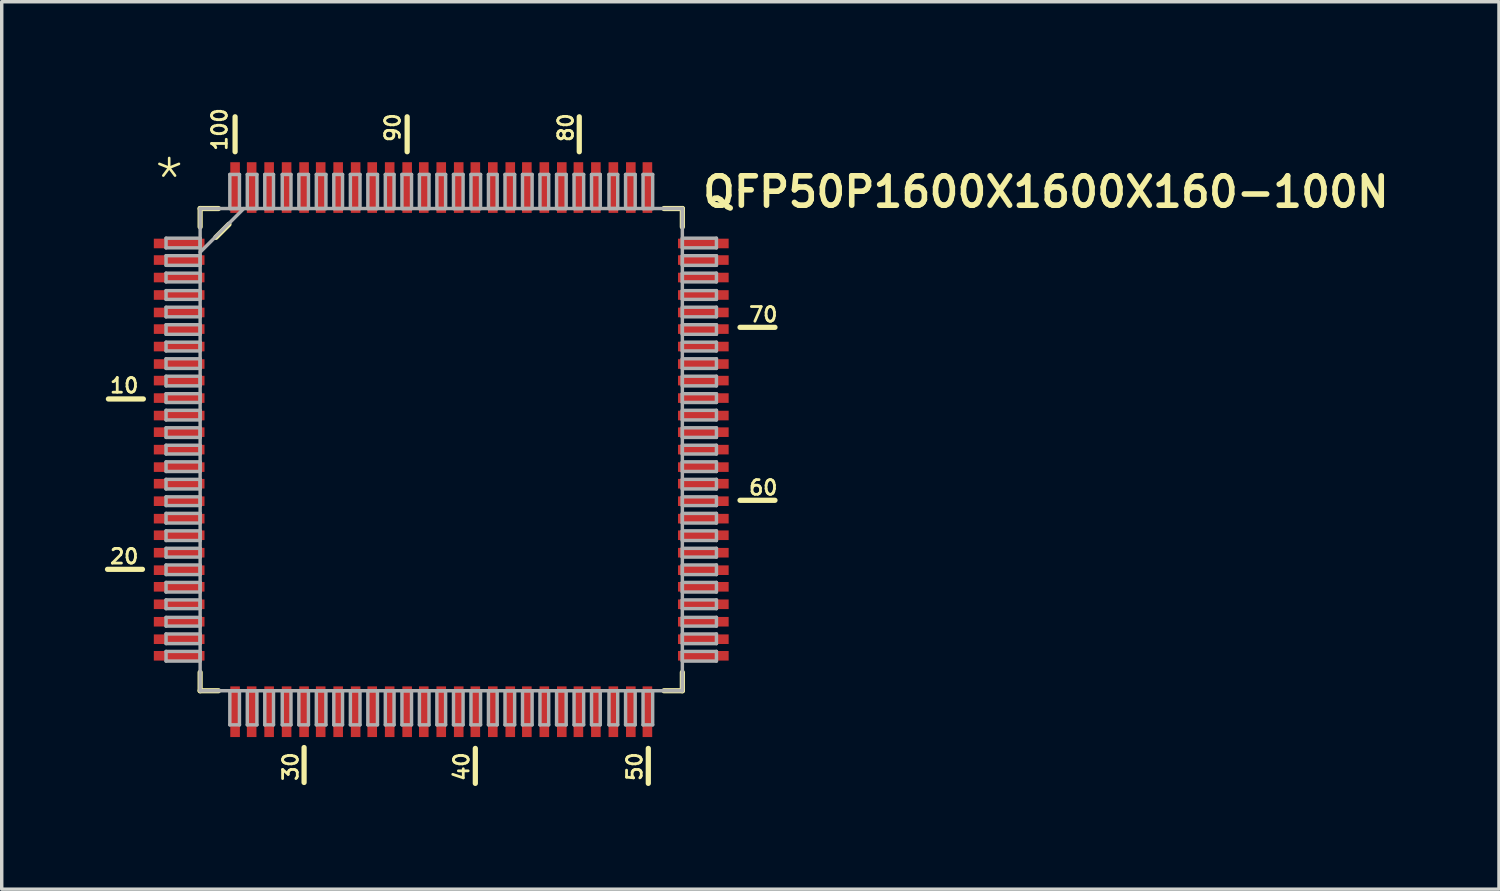
<source format=kicad_pcb>
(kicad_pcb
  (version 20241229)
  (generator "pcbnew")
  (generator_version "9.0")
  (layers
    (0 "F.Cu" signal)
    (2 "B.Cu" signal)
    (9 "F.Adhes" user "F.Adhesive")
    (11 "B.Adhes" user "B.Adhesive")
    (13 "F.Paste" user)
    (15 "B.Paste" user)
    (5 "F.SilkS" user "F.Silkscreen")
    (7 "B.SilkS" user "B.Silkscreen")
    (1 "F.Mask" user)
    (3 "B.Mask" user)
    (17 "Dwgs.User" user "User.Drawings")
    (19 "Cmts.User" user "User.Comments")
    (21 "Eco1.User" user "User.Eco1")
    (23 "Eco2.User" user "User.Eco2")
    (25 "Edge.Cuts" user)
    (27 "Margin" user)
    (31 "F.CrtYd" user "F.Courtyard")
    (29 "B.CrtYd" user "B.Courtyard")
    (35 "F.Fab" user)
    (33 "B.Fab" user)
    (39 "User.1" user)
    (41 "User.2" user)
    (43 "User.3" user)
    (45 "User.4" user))
  (footprint "QFP50P1600X1600X160-100N"
    (layer "F.Cu")
    (at 9.779 10.023)
    (property "Reference" "QFP50P1600X1600X160-100N" (at 7.522 -6.995 0) (layer "F.SilkS") (effects (font (size 0.853 0.853) (thickness 0.163)) (justify left bottom)))
    (fp_line (start -8.687 3.48) (end -9.703 3.48) (stroke (width 0.152) (type solid)) (layer "F.SilkS"))
    (fp_line (start -8.661 -1.473) (end -9.677 -1.473) (stroke (width 0.152) (type solid)) (layer "F.SilkS"))
    (fp_line (start -7.01 -7.01) (end -7.01 -6.477) (stroke (width 0.152) (type solid)) (layer "F.SilkS"))
    (fp_line (start -7.01 6.477) (end -7.01 7.01) (stroke (width 0.152) (type solid)) (layer "F.SilkS"))
    (fp_line (start -7.01 7.01) (end -6.477 7.01) (stroke (width 0.152) (type solid)) (layer "F.SilkS"))
    (fp_line (start -6.553 -6.172) (end -6.172 -6.553) (stroke (width 0.152) (type solid)) (layer "F.SilkS"))
    (fp_line (start -6.477 -7.01) (end -7.01 -7.01) (stroke (width 0.152) (type solid)) (layer "F.SilkS"))
    (fp_line (start -5.994 -8.661) (end -5.994 -9.677) (stroke (width 0.152) (type solid)) (layer "F.SilkS"))
    (fp_line (start -3.988 8.661) (end -3.988 9.677) (stroke (width 0.152) (type solid)) (layer "F.SilkS"))
    (fp_line (start -0.991 -8.661) (end -0.991 -9.677) (stroke (width 0.152) (type solid)) (layer "F.SilkS"))
    (fp_line (start 0.991 8.687) (end 0.991 9.703) (stroke (width 0.152) (type solid)) (layer "F.SilkS"))
    (fp_line (start 4.013 -8.661) (end 4.013 -9.677) (stroke (width 0.152) (type solid)) (layer "F.SilkS"))
    (fp_line (start 6.02 8.687) (end 6.02 9.703) (stroke (width 0.152) (type solid)) (layer "F.SilkS"))
    (fp_line (start 6.477 7.01) (end 7.01 7.01) (stroke (width 0.152) (type solid)) (layer "F.SilkS"))
    (fp_line (start 7.01 -7.01) (end 6.477 -7.01) (stroke (width 0.152) (type solid)) (layer "F.SilkS"))
    (fp_line (start 7.01 -6.477) (end 7.01 -7.01) (stroke (width 0.152) (type solid)) (layer "F.SilkS"))
    (fp_line (start 7.01 7.01) (end 7.01 6.477) (stroke (width 0.152) (type solid)) (layer "F.SilkS"))
    (fp_line (start 8.687 -3.556) (end 9.703 -3.556) (stroke (width 0.152) (type solid)) (layer "F.SilkS"))
    (fp_line (start 8.687 1.473) (end 9.703 1.473) (stroke (width 0.152) (type solid)) (layer "F.SilkS"))
    (fp_line (start -8.001 -6.147) (end -8.001 -5.867) (stroke (width 0.1) (type solid)) (layer "F.Fab"))
    (fp_line (start -8.001 -5.867) (end -7.01 -5.867) (stroke (width 0.1) (type solid)) (layer "F.Fab"))
    (fp_line (start -8.001 -5.639) (end -8.001 -5.359) (stroke (width 0.1) (type solid)) (layer "F.Fab"))
    (fp_line (start -8.001 -5.359) (end -7.01 -5.359) (stroke (width 0.1) (type solid)) (layer "F.Fab"))
    (fp_line (start -8.001 -5.131) (end -8.001 -4.877) (stroke (width 0.1) (type solid)) (layer "F.Fab"))
    (fp_line (start -8.001 -4.877) (end -7.01 -4.877) (stroke (width 0.1) (type solid)) (layer "F.Fab"))
    (fp_line (start -8.001 -4.623) (end -8.001 -4.369) (stroke (width 0.1) (type solid)) (layer "F.Fab"))
    (fp_line (start -8.001 -4.369) (end -7.01 -4.369) (stroke (width 0.1) (type solid)) (layer "F.Fab"))
    (fp_line (start -8.001 -4.14) (end -8.001 -3.861) (stroke (width 0.1) (type solid)) (layer "F.Fab"))
    (fp_line (start -8.001 -3.861) (end -7.01 -3.861) (stroke (width 0.1) (type solid)) (layer "F.Fab"))
    (fp_line (start -8.001 -3.632) (end -8.001 -3.353) (stroke (width 0.1) (type solid)) (layer "F.Fab"))
    (fp_line (start -8.001 -3.353) (end -7.01 -3.353) (stroke (width 0.1) (type solid)) (layer "F.Fab"))
    (fp_line (start -8.001 -3.124) (end -8.001 -2.87) (stroke (width 0.1) (type solid)) (layer "F.Fab"))
    (fp_line (start -8.001 -2.87) (end -7.01 -2.87) (stroke (width 0.1) (type solid)) (layer "F.Fab"))
    (fp_line (start -8.001 -2.642) (end -8.001 -2.362) (stroke (width 0.1) (type solid)) (layer "F.Fab"))
    (fp_line (start -8.001 -2.362) (end -7.01 -2.362) (stroke (width 0.1) (type solid)) (layer "F.Fab"))
    (fp_line (start -8.001 -2.134) (end -8.001 -1.854) (stroke (width 0.1) (type solid)) (layer "F.Fab"))
    (fp_line (start -8.001 -1.854) (end -7.01 -1.854) (stroke (width 0.1) (type solid)) (layer "F.Fab"))
    (fp_line (start -8.001 -1.626) (end -8.001 -1.372) (stroke (width 0.1) (type solid)) (layer "F.Fab"))
    (fp_line (start -8.001 -1.372) (end -7.01 -1.372) (stroke (width 0.1) (type solid)) (layer "F.Fab"))
    (fp_line (start -8.001 -1.143) (end -8.001 -0.864) (stroke (width 0.1) (type solid)) (layer "F.Fab"))
    (fp_line (start -8.001 -0.864) (end -7.01 -0.864) (stroke (width 0.1) (type solid)) (layer "F.Fab"))
    (fp_line (start -8.001 -0.635) (end -8.001 -0.356) (stroke (width 0.1) (type solid)) (layer "F.Fab"))
    (fp_line (start -8.001 -0.356) (end -7.01 -0.356) (stroke (width 0.1) (type solid)) (layer "F.Fab"))
    (fp_line (start -8.001 -0.127) (end -8.001 0.127) (stroke (width 0.1) (type solid)) (layer "F.Fab"))
    (fp_line (start -8.001 0.127) (end -7.01 0.127) (stroke (width 0.1) (type solid)) (layer "F.Fab"))
    (fp_line (start -8.001 0.356) (end -8.001 0.635) (stroke (width 0.1) (type solid)) (layer "F.Fab"))
    (fp_line (start -8.001 0.635) (end -7.01 0.635) (stroke (width 0.1) (type solid)) (layer "F.Fab"))
    (fp_line (start -8.001 0.864) (end -8.001 1.143) (stroke (width 0.1) (type solid)) (layer "F.Fab"))
    (fp_line (start -8.001 1.143) (end -7.01 1.143) (stroke (width 0.1) (type solid)) (layer "F.Fab"))
    (fp_line (start -8.001 1.372) (end -8.001 1.626) (stroke (width 0.1) (type solid)) (layer "F.Fab"))
    (fp_line (start -8.001 1.626) (end -7.01 1.626) (stroke (width 0.1) (type solid)) (layer "F.Fab"))
    (fp_line (start -8.001 1.854) (end -8.001 2.134) (stroke (width 0.1) (type solid)) (layer "F.Fab"))
    (fp_line (start -8.001 2.134) (end -7.01 2.134) (stroke (width 0.1) (type solid)) (layer "F.Fab"))
    (fp_line (start -8.001 2.362) (end -8.001 2.642) (stroke (width 0.1) (type solid)) (layer "F.Fab"))
    (fp_line (start -8.001 2.642) (end -7.01 2.642) (stroke (width 0.1) (type solid)) (layer "F.Fab"))
    (fp_line (start -8.001 2.87) (end -8.001 3.124) (stroke (width 0.1) (type solid)) (layer "F.Fab"))
    (fp_line (start -8.001 3.124) (end -7.01 3.124) (stroke (width 0.1) (type solid)) (layer "F.Fab"))
    (fp_line (start -8.001 3.353) (end -8.001 3.632) (stroke (width 0.1) (type solid)) (layer "F.Fab"))
    (fp_line (start -8.001 3.632) (end -7.01 3.632) (stroke (width 0.1) (type solid)) (layer "F.Fab"))
    (fp_line (start -8.001 3.861) (end -8.001 4.14) (stroke (width 0.1) (type solid)) (layer "F.Fab"))
    (fp_line (start -8.001 4.14) (end -7.01 4.14) (stroke (width 0.1) (type solid)) (layer "F.Fab"))
    (fp_line (start -8.001 4.369) (end -8.001 4.623) (stroke (width 0.1) (type solid)) (layer "F.Fab"))
    (fp_line (start -8.001 4.623) (end -7.01 4.623) (stroke (width 0.1) (type solid)) (layer "F.Fab"))
    (fp_line (start -8.001 4.877) (end -8.001 5.131) (stroke (width 0.1) (type solid)) (layer "F.Fab"))
    (fp_line (start -8.001 5.131) (end -7.01 5.131) (stroke (width 0.1) (type solid)) (layer "F.Fab"))
    (fp_line (start -8.001 5.359) (end -8.001 5.639) (stroke (width 0.1) (type solid)) (layer "F.Fab"))
    (fp_line (start -8.001 5.639) (end -7.01 5.639) (stroke (width 0.1) (type solid)) (layer "F.Fab"))
    (fp_line (start -8.001 5.867) (end -8.001 6.147) (stroke (width 0.1) (type solid)) (layer "F.Fab"))
    (fp_line (start -8.001 6.147) (end -7.01 6.147) (stroke (width 0.1) (type solid)) (layer "F.Fab"))
    (fp_line (start -7.01 -7.01) (end -7.01 7.01) (stroke (width 0.1) (type solid)) (layer "F.Fab"))
    (fp_line (start -7.01 -6.147) (end -8.001 -6.147) (stroke (width 0.1) (type solid)) (layer "F.Fab"))
    (fp_line (start -7.01 -5.867) (end -7.01 -6.147) (stroke (width 0.1) (type solid)) (layer "F.Fab"))
    (fp_line (start -7.01 -5.74) (end -5.74 -7.01) (stroke (width 0.1) (type solid)) (layer "F.Fab"))
    (fp_line (start -7.01 -5.639) (end -8.001 -5.639) (stroke (width 0.1) (type solid)) (layer "F.Fab"))
    (fp_line (start -7.01 -5.359) (end -7.01 -5.639) (stroke (width 0.1) (type solid)) (layer "F.Fab"))
    (fp_line (start -7.01 -5.131) (end -8.001 -5.131) (stroke (width 0.1) (type solid)) (layer "F.Fab"))
    (fp_line (start -7.01 -4.877) (end -7.01 -5.131) (stroke (width 0.1) (type solid)) (layer "F.Fab"))
    (fp_line (start -7.01 -4.623) (end -8.001 -4.623) (stroke (width 0.1) (type solid)) (layer "F.Fab"))
    (fp_line (start -7.01 -4.369) (end -7.01 -4.623) (stroke (width 0.1) (type solid)) (layer "F.Fab"))
    (fp_line (start -7.01 -4.14) (end -8.001 -4.14) (stroke (width 0.1) (type solid)) (layer "F.Fab"))
    (fp_line (start -7.01 -3.861) (end -7.01 -4.14) (stroke (width 0.1) (type solid)) (layer "F.Fab"))
    (fp_line (start -7.01 -3.632) (end -8.001 -3.632) (stroke (width 0.1) (type solid)) (layer "F.Fab"))
    (fp_line (start -7.01 -3.353) (end -7.01 -3.632) (stroke (width 0.1) (type solid)) (layer "F.Fab"))
    (fp_line (start -7.01 -3.124) (end -8.001 -3.124) (stroke (width 0.1) (type solid)) (layer "F.Fab"))
    (fp_line (start -7.01 -2.87) (end -7.01 -3.124) (stroke (width 0.1) (type solid)) (layer "F.Fab"))
    (fp_line (start -7.01 -2.642) (end -8.001 -2.642) (stroke (width 0.1) (type solid)) (layer "F.Fab"))
    (fp_line (start -7.01 -2.362) (end -7.01 -2.642) (stroke (width 0.1) (type solid)) (layer "F.Fab"))
    (fp_line (start -7.01 -2.134) (end -8.001 -2.134) (stroke (width 0.1) (type solid)) (layer "F.Fab"))
    (fp_line (start -7.01 -1.854) (end -7.01 -2.134) (stroke (width 0.1) (type solid)) (layer "F.Fab"))
    (fp_line (start -7.01 -1.626) (end -8.001 -1.626) (stroke (width 0.1) (type solid)) (layer "F.Fab"))
    (fp_line (start -7.01 -1.372) (end -7.01 -1.626) (stroke (width 0.1) (type solid)) (layer "F.Fab"))
    (fp_line (start -7.01 -1.143) (end -8.001 -1.143) (stroke (width 0.1) (type solid)) (layer "F.Fab"))
    (fp_line (start -7.01 -0.864) (end -7.01 -1.143) (stroke (width 0.1) (type solid)) (layer "F.Fab"))
    (fp_line (start -7.01 -0.635) (end -8.001 -0.635) (stroke (width 0.1) (type solid)) (layer "F.Fab"))
    (fp_line (start -7.01 -0.356) (end -7.01 -0.635) (stroke (width 0.1) (type solid)) (layer "F.Fab"))
    (fp_line (start -7.01 -0.127) (end -8.001 -0.127) (stroke (width 0.1) (type solid)) (layer "F.Fab"))
    (fp_line (start -7.01 0.127) (end -7.01 -0.127) (stroke (width 0.1) (type solid)) (layer "F.Fab"))
    (fp_line (start -7.01 0.356) (end -8.001 0.356) (stroke (width 0.1) (type solid)) (layer "F.Fab"))
    (fp_line (start -7.01 0.635) (end -7.01 0.356) (stroke (width 0.1) (type solid)) (layer "F.Fab"))
    (fp_line (start -7.01 0.864) (end -8.001 0.864) (stroke (width 0.1) (type solid)) (layer "F.Fab"))
    (fp_line (start -7.01 1.143) (end -7.01 0.864) (stroke (width 0.1) (type solid)) (layer "F.Fab"))
    (fp_line (start -7.01 1.372) (end -8.001 1.372) (stroke (width 0.1) (type solid)) (layer "F.Fab"))
    (fp_line (start -7.01 1.626) (end -7.01 1.372) (stroke (width 0.1) (type solid)) (layer "F.Fab"))
    (fp_line (start -7.01 1.854) (end -8.001 1.854) (stroke (width 0.1) (type solid)) (layer "F.Fab"))
    (fp_line (start -7.01 2.134) (end -7.01 1.854) (stroke (width 0.1) (type solid)) (layer "F.Fab"))
    (fp_line (start -7.01 2.362) (end -8.001 2.362) (stroke (width 0.1) (type solid)) (layer "F.Fab"))
    (fp_line (start -7.01 2.642) (end -7.01 2.362) (stroke (width 0.1) (type solid)) (layer "F.Fab"))
    (fp_line (start -7.01 2.87) (end -8.001 2.87) (stroke (width 0.1) (type solid)) (layer "F.Fab"))
    (fp_line (start -7.01 3.124) (end -7.01 2.87) (stroke (width 0.1) (type solid)) (layer "F.Fab"))
    (fp_line (start -7.01 3.353) (end -8.001 3.353) (stroke (width 0.1) (type solid)) (layer "F.Fab"))
    (fp_line (start -7.01 3.632) (end -7.01 3.353) (stroke (width 0.1) (type solid)) (layer "F.Fab"))
    (fp_line (start -7.01 3.861) (end -8.001 3.861) (stroke (width 0.1) (type solid)) (layer "F.Fab"))
    (fp_line (start -7.01 4.14) (end -7.01 3.861) (stroke (width 0.1) (type solid)) (layer "F.Fab"))
    (fp_line (start -7.01 4.369) (end -8.001 4.369) (stroke (width 0.1) (type solid)) (layer "F.Fab"))
    (fp_line (start -7.01 4.623) (end -7.01 4.369) (stroke (width 0.1) (type solid)) (layer "F.Fab"))
    (fp_line (start -7.01 4.877) (end -8.001 4.877) (stroke (width 0.1) (type solid)) (layer "F.Fab"))
    (fp_line (start -7.01 5.131) (end -7.01 4.877) (stroke (width 0.1) (type solid)) (layer "F.Fab"))
    (fp_line (start -7.01 5.359) (end -8.001 5.359) (stroke (width 0.1) (type solid)) (layer "F.Fab"))
    (fp_line (start -7.01 5.639) (end -7.01 5.359) (stroke (width 0.1) (type solid)) (layer "F.Fab"))
    (fp_line (start -7.01 5.867) (end -8.001 5.867) (stroke (width 0.1) (type solid)) (layer "F.Fab"))
    (fp_line (start -7.01 6.147) (end -7.01 5.867) (stroke (width 0.1) (type solid)) (layer "F.Fab"))
    (fp_line (start -7.01 7.01) (end 7.01 7.01) (stroke (width 0.1) (type solid)) (layer "F.Fab"))
    (fp_line (start -6.147 -8.001) (end -6.147 -7.01) (stroke (width 0.1) (type solid)) (layer "F.Fab"))
    (fp_line (start -6.147 -7.01) (end -5.867 -7.01) (stroke (width 0.1) (type solid)) (layer "F.Fab"))
    (fp_line (start -6.147 7.01) (end -6.147 8.001) (stroke (width 0.1) (type solid)) (layer "F.Fab"))
    (fp_line (start -6.147 8.001) (end -5.867 8.001) (stroke (width 0.1) (type solid)) (layer "F.Fab"))
    (fp_line (start -5.867 -8.001) (end -6.147 -8.001) (stroke (width 0.1) (type solid)) (layer "F.Fab"))
    (fp_line (start -5.867 -7.01) (end -5.867 -8.001) (stroke (width 0.1) (type solid)) (layer "F.Fab"))
    (fp_line (start -5.867 7.01) (end -6.147 7.01) (stroke (width 0.1) (type solid)) (layer "F.Fab"))
    (fp_line (start -5.867 8.001) (end -5.867 7.01) (stroke (width 0.1) (type solid)) (layer "F.Fab"))
    (fp_line (start -5.639 -8.001) (end -5.639 -7.01) (stroke (width 0.1) (type solid)) (layer "F.Fab"))
    (fp_line (start -5.639 -7.01) (end -5.359 -7.01) (stroke (width 0.1) (type solid)) (layer "F.Fab"))
    (fp_line (start -5.639 7.01) (end -5.639 8.001) (stroke (width 0.1) (type solid)) (layer "F.Fab"))
    (fp_line (start -5.639 8.001) (end -5.359 8.001) (stroke (width 0.1) (type solid)) (layer "F.Fab"))
    (fp_line (start -5.359 -8.001) (end -5.639 -8.001) (stroke (width 0.1) (type solid)) (layer "F.Fab"))
    (fp_line (start -5.359 -7.01) (end -5.359 -8.001) (stroke (width 0.1) (type solid)) (layer "F.Fab"))
    (fp_line (start -5.359 7.01) (end -5.639 7.01) (stroke (width 0.1) (type solid)) (layer "F.Fab"))
    (fp_line (start -5.359 8.001) (end -5.359 7.01) (stroke (width 0.1) (type solid)) (layer "F.Fab"))
    (fp_line (start -5.131 -8.001) (end -5.131 -7.01) (stroke (width 0.1) (type solid)) (layer "F.Fab"))
    (fp_line (start -5.131 -7.01) (end -4.877 -7.01) (stroke (width 0.1) (type solid)) (layer "F.Fab"))
    (fp_line (start -5.131 7.01) (end -5.131 8.001) (stroke (width 0.1) (type solid)) (layer "F.Fab"))
    (fp_line (start -5.131 8.001) (end -4.877 8.001) (stroke (width 0.1) (type solid)) (layer "F.Fab"))
    (fp_line (start -4.877 -8.001) (end -5.131 -8.001) (stroke (width 0.1) (type solid)) (layer "F.Fab"))
    (fp_line (start -4.877 -7.01) (end -4.877 -8.001) (stroke (width 0.1) (type solid)) (layer "F.Fab"))
    (fp_line (start -4.877 7.01) (end -5.131 7.01) (stroke (width 0.1) (type solid)) (layer "F.Fab"))
    (fp_line (start -4.877 8.001) (end -4.877 7.01) (stroke (width 0.1) (type solid)) (layer "F.Fab"))
    (fp_line (start -4.623 -8.001) (end -4.623 -7.01) (stroke (width 0.1) (type solid)) (layer "F.Fab"))
    (fp_line (start -4.623 -7.01) (end -4.369 -7.01) (stroke (width 0.1) (type solid)) (layer "F.Fab"))
    (fp_line (start -4.623 7.01) (end -4.623 8.001) (stroke (width 0.1) (type solid)) (layer "F.Fab"))
    (fp_line (start -4.623 8.001) (end -4.369 8.001) (stroke (width 0.1) (type solid)) (layer "F.Fab"))
    (fp_line (start -4.369 -8.001) (end -4.623 -8.001) (stroke (width 0.1) (type solid)) (layer "F.Fab"))
    (fp_line (start -4.369 -7.01) (end -4.369 -8.001) (stroke (width 0.1) (type solid)) (layer "F.Fab"))
    (fp_line (start -4.369 7.01) (end -4.623 7.01) (stroke (width 0.1) (type solid)) (layer "F.Fab"))
    (fp_line (start -4.369 8.001) (end -4.369 7.01) (stroke (width 0.1) (type solid)) (layer "F.Fab"))
    (fp_line (start -4.14 -8.001) (end -4.14 -7.01) (stroke (width 0.1) (type solid)) (layer "F.Fab"))
    (fp_line (start -4.14 -7.01) (end -3.861 -7.01) (stroke (width 0.1) (type solid)) (layer "F.Fab"))
    (fp_line (start -4.14 7.01) (end -4.14 8.001) (stroke (width 0.1) (type solid)) (layer "F.Fab"))
    (fp_line (start -4.14 8.001) (end -3.861 8.001) (stroke (width 0.1) (type solid)) (layer "F.Fab"))
    (fp_line (start -3.861 -8.001) (end -4.14 -8.001) (stroke (width 0.1) (type solid)) (layer "F.Fab"))
    (fp_line (start -3.861 -7.01) (end -3.861 -8.001) (stroke (width 0.1) (type solid)) (layer "F.Fab"))
    (fp_line (start -3.861 7.01) (end -4.14 7.01) (stroke (width 0.1) (type solid)) (layer "F.Fab"))
    (fp_line (start -3.861 8.001) (end -3.861 7.01) (stroke (width 0.1) (type solid)) (layer "F.Fab"))
    (fp_line (start -3.632 -8.001) (end -3.632 -7.01) (stroke (width 0.1) (type solid)) (layer "F.Fab"))
    (fp_line (start -3.632 -7.01) (end -3.353 -7.01) (stroke (width 0.1) (type solid)) (layer "F.Fab"))
    (fp_line (start -3.632 7.01) (end -3.632 8.001) (stroke (width 0.1) (type solid)) (layer "F.Fab"))
    (fp_line (start -3.632 8.001) (end -3.353 8.001) (stroke (width 0.1) (type solid)) (layer "F.Fab"))
    (fp_line (start -3.353 -8.001) (end -3.632 -8.001) (stroke (width 0.1) (type solid)) (layer "F.Fab"))
    (fp_line (start -3.353 -7.01) (end -3.353 -8.001) (stroke (width 0.1) (type solid)) (layer "F.Fab"))
    (fp_line (start -3.353 7.01) (end -3.632 7.01) (stroke (width 0.1) (type solid)) (layer "F.Fab"))
    (fp_line (start -3.353 8.001) (end -3.353 7.01) (stroke (width 0.1) (type solid)) (layer "F.Fab"))
    (fp_line (start -3.124 -8.001) (end -3.124 -7.01) (stroke (width 0.1) (type solid)) (layer "F.Fab"))
    (fp_line (start -3.124 -7.01) (end -2.87 -7.01) (stroke (width 0.1) (type solid)) (layer "F.Fab"))
    (fp_line (start -3.124 7.01) (end -3.124 8.001) (stroke (width 0.1) (type solid)) (layer "F.Fab"))
    (fp_line (start -3.124 8.001) (end -2.87 8.001) (stroke (width 0.1) (type solid)) (layer "F.Fab"))
    (fp_line (start -2.87 -8.001) (end -3.124 -8.001) (stroke (width 0.1) (type solid)) (layer "F.Fab"))
    (fp_line (start -2.87 -7.01) (end -2.87 -8.001) (stroke (width 0.1) (type solid)) (layer "F.Fab"))
    (fp_line (start -2.87 7.01) (end -3.124 7.01) (stroke (width 0.1) (type solid)) (layer "F.Fab"))
    (fp_line (start -2.87 8.001) (end -2.87 7.01) (stroke (width 0.1) (type solid)) (layer "F.Fab"))
    (fp_line (start -2.642 -8.001) (end -2.642 -7.01) (stroke (width 0.1) (type solid)) (layer "F.Fab"))
    (fp_line (start -2.642 -7.01) (end -2.362 -7.01) (stroke (width 0.1) (type solid)) (layer "F.Fab"))
    (fp_line (start -2.642 7.01) (end -2.642 8.001) (stroke (width 0.1) (type solid)) (layer "F.Fab"))
    (fp_line (start -2.642 8.001) (end -2.362 8.001) (stroke (width 0.1) (type solid)) (layer "F.Fab"))
    (fp_line (start -2.362 -8.001) (end -2.642 -8.001) (stroke (width 0.1) (type solid)) (layer "F.Fab"))
    (fp_line (start -2.362 -7.01) (end -2.362 -8.001) (stroke (width 0.1) (type solid)) (layer "F.Fab"))
    (fp_line (start -2.362 7.01) (end -2.642 7.01) (stroke (width 0.1) (type solid)) (layer "F.Fab"))
    (fp_line (start -2.362 8.001) (end -2.362 7.01) (stroke (width 0.1) (type solid)) (layer "F.Fab"))
    (fp_line (start -2.134 -8.001) (end -2.134 -7.01) (stroke (width 0.1) (type solid)) (layer "F.Fab"))
    (fp_line (start -2.134 -7.01) (end -1.854 -7.01) (stroke (width 0.1) (type solid)) (layer "F.Fab"))
    (fp_line (start -2.134 7.01) (end -2.134 8.001) (stroke (width 0.1) (type solid)) (layer "F.Fab"))
    (fp_line (start -2.134 8.001) (end -1.854 8.001) (stroke (width 0.1) (type solid)) (layer "F.Fab"))
    (fp_line (start -1.854 -8.001) (end -2.134 -8.001) (stroke (width 0.1) (type solid)) (layer "F.Fab"))
    (fp_line (start -1.854 -7.01) (end -1.854 -8.001) (stroke (width 0.1) (type solid)) (layer "F.Fab"))
    (fp_line (start -1.854 7.01) (end -2.134 7.01) (stroke (width 0.1) (type solid)) (layer "F.Fab"))
    (fp_line (start -1.854 8.001) (end -1.854 7.01) (stroke (width 0.1) (type solid)) (layer "F.Fab"))
    (fp_line (start -1.626 -8.001) (end -1.626 -7.01) (stroke (width 0.1) (type solid)) (layer "F.Fab"))
    (fp_line (start -1.626 -7.01) (end -1.372 -7.01) (stroke (width 0.1) (type solid)) (layer "F.Fab"))
    (fp_line (start -1.626 7.01) (end -1.626 8.001) (stroke (width 0.1) (type solid)) (layer "F.Fab"))
    (fp_line (start -1.626 8.001) (end -1.372 8.001) (stroke (width 0.1) (type solid)) (layer "F.Fab"))
    (fp_line (start -1.372 -8.001) (end -1.626 -8.001) (stroke (width 0.1) (type solid)) (layer "F.Fab"))
    (fp_line (start -1.372 -7.01) (end -1.372 -8.001) (stroke (width 0.1) (type solid)) (layer "F.Fab"))
    (fp_line (start -1.372 7.01) (end -1.626 7.01) (stroke (width 0.1) (type solid)) (layer "F.Fab"))
    (fp_line (start -1.372 8.001) (end -1.372 7.01) (stroke (width 0.1) (type solid)) (layer "F.Fab"))
    (fp_line (start -1.143 -8.001) (end -1.143 -7.01) (stroke (width 0.1) (type solid)) (layer "F.Fab"))
    (fp_line (start -1.143 -7.01) (end -0.864 -7.01) (stroke (width 0.1) (type solid)) (layer "F.Fab"))
    (fp_line (start -1.143 7.01) (end -1.143 8.001) (stroke (width 0.1) (type solid)) (layer "F.Fab"))
    (fp_line (start -1.143 8.001) (end -0.864 8.001) (stroke (width 0.1) (type solid)) (layer "F.Fab"))
    (fp_line (start -0.864 -8.001) (end -1.143 -8.001) (stroke (width 0.1) (type solid)) (layer "F.Fab"))
    (fp_line (start -0.864 -7.01) (end -0.864 -8.001) (stroke (width 0.1) (type solid)) (layer "F.Fab"))
    (fp_line (start -0.864 7.01) (end -1.143 7.01) (stroke (width 0.1) (type solid)) (layer "F.Fab"))
    (fp_line (start -0.864 8.001) (end -0.864 7.01) (stroke (width 0.1) (type solid)) (layer "F.Fab"))
    (fp_line (start -0.635 -8.001) (end -0.635 -7.01) (stroke (width 0.1) (type solid)) (layer "F.Fab"))
    (fp_line (start -0.635 -7.01) (end -0.356 -7.01) (stroke (width 0.1) (type solid)) (layer "F.Fab"))
    (fp_line (start -0.635 7.01) (end -0.635 8.001) (stroke (width 0.1) (type solid)) (layer "F.Fab"))
    (fp_line (start -0.635 8.001) (end -0.356 8.001) (stroke (width 0.1) (type solid)) (layer "F.Fab"))
    (fp_line (start -0.356 -8.001) (end -0.635 -8.001) (stroke (width 0.1) (type solid)) (layer "F.Fab"))
    (fp_line (start -0.356 -7.01) (end -0.356 -8.001) (stroke (width 0.1) (type solid)) (layer "F.Fab"))
    (fp_line (start -0.356 7.01) (end -0.635 7.01) (stroke (width 0.1) (type solid)) (layer "F.Fab"))
    (fp_line (start -0.356 8.001) (end -0.356 7.01) (stroke (width 0.1) (type solid)) (layer "F.Fab"))
    (fp_line (start -0.127 -8.001) (end -0.127 -7.01) (stroke (width 0.1) (type solid)) (layer "F.Fab"))
    (fp_line (start -0.127 -7.01) (end 0.127 -7.01) (stroke (width 0.1) (type solid)) (layer "F.Fab"))
    (fp_line (start -0.127 7.01) (end -0.127 8.001) (stroke (width 0.1) (type solid)) (layer "F.Fab"))
    (fp_line (start -0.127 8.001) (end 0.127 8.001) (stroke (width 0.1) (type solid)) (layer "F.Fab"))
    (fp_line (start 0.127 -8.001) (end -0.127 -8.001) (stroke (width 0.1) (type solid)) (layer "F.Fab"))
    (fp_line (start 0.127 -7.01) (end 0.127 -8.001) (stroke (width 0.1) (type solid)) (layer "F.Fab"))
    (fp_line (start 0.127 7.01) (end -0.127 7.01) (stroke (width 0.1) (type solid)) (layer "F.Fab"))
    (fp_line (start 0.127 8.001) (end 0.127 7.01) (stroke (width 0.1) (type solid)) (layer "F.Fab"))
    (fp_line (start 0.356 -8.001) (end 0.356 -7.01) (stroke (width 0.1) (type solid)) (layer "F.Fab"))
    (fp_line (start 0.356 -7.01) (end 0.635 -7.01) (stroke (width 0.1) (type solid)) (layer "F.Fab"))
    (fp_line (start 0.356 7.01) (end 0.356 8.001) (stroke (width 0.1) (type solid)) (layer "F.Fab"))
    (fp_line (start 0.356 8.001) (end 0.635 8.001) (stroke (width 0.1) (type solid)) (layer "F.Fab"))
    (fp_line (start 0.635 -8.001) (end 0.356 -8.001) (stroke (width 0.1) (type solid)) (layer "F.Fab"))
    (fp_line (start 0.635 -7.01) (end 0.635 -8.001) (stroke (width 0.1) (type solid)) (layer "F.Fab"))
    (fp_line (start 0.635 7.01) (end 0.356 7.01) (stroke (width 0.1) (type solid)) (layer "F.Fab"))
    (fp_line (start 0.635 8.001) (end 0.635 7.01) (stroke (width 0.1) (type solid)) (layer "F.Fab"))
    (fp_line (start 0.864 -8.001) (end 0.864 -7.01) (stroke (width 0.1) (type solid)) (layer "F.Fab"))
    (fp_line (start 0.864 -7.01) (end 1.143 -7.01) (stroke (width 0.1) (type solid)) (layer "F.Fab"))
    (fp_line (start 0.864 7.01) (end 0.864 8.001) (stroke (width 0.1) (type solid)) (layer "F.Fab"))
    (fp_line (start 0.864 8.001) (end 1.143 8.001) (stroke (width 0.1) (type solid)) (layer "F.Fab"))
    (fp_line (start 1.143 -8.001) (end 0.864 -8.001) (stroke (width 0.1) (type solid)) (layer "F.Fab"))
    (fp_line (start 1.143 -7.01) (end 1.143 -8.001) (stroke (width 0.1) (type solid)) (layer "F.Fab"))
    (fp_line (start 1.143 7.01) (end 0.864 7.01) (stroke (width 0.1) (type solid)) (layer "F.Fab"))
    (fp_line (start 1.143 8.001) (end 1.143 7.01) (stroke (width 0.1) (type solid)) (layer "F.Fab"))
    (fp_line (start 1.372 -8.001) (end 1.372 -7.01) (stroke (width 0.1) (type solid)) (layer "F.Fab"))
    (fp_line (start 1.372 -7.01) (end 1.626 -7.01) (stroke (width 0.1) (type solid)) (layer "F.Fab"))
    (fp_line (start 1.372 7.01) (end 1.372 8.001) (stroke (width 0.1) (type solid)) (layer "F.Fab"))
    (fp_line (start 1.372 8.001) (end 1.626 8.001) (stroke (width 0.1) (type solid)) (layer "F.Fab"))
    (fp_line (start 1.626 -8.001) (end 1.372 -8.001) (stroke (width 0.1) (type solid)) (layer "F.Fab"))
    (fp_line (start 1.626 -7.01) (end 1.626 -8.001) (stroke (width 0.1) (type solid)) (layer "F.Fab"))
    (fp_line (start 1.626 7.01) (end 1.372 7.01) (stroke (width 0.1) (type solid)) (layer "F.Fab"))
    (fp_line (start 1.626 8.001) (end 1.626 7.01) (stroke (width 0.1) (type solid)) (layer "F.Fab"))
    (fp_line (start 1.854 -8.001) (end 1.854 -7.01) (stroke (width 0.1) (type solid)) (layer "F.Fab"))
    (fp_line (start 1.854 -7.01) (end 2.134 -7.01) (stroke (width 0.1) (type solid)) (layer "F.Fab"))
    (fp_line (start 1.854 7.01) (end 1.854 8.001) (stroke (width 0.1) (type solid)) (layer "F.Fab"))
    (fp_line (start 1.854 8.001) (end 2.134 8.001) (stroke (width 0.1) (type solid)) (layer "F.Fab"))
    (fp_line (start 2.134 -8.001) (end 1.854 -8.001) (stroke (width 0.1) (type solid)) (layer "F.Fab"))
    (fp_line (start 2.134 -7.01) (end 2.134 -8.001) (stroke (width 0.1) (type solid)) (layer "F.Fab"))
    (fp_line (start 2.134 7.01) (end 1.854 7.01) (stroke (width 0.1) (type solid)) (layer "F.Fab"))
    (fp_line (start 2.134 8.001) (end 2.134 7.01) (stroke (width 0.1) (type solid)) (layer "F.Fab"))
    (fp_line (start 2.362 -8.001) (end 2.362 -7.01) (stroke (width 0.1) (type solid)) (layer "F.Fab"))
    (fp_line (start 2.362 -7.01) (end 2.642 -7.01) (stroke (width 0.1) (type solid)) (layer "F.Fab"))
    (fp_line (start 2.362 7.01) (end 2.362 8.001) (stroke (width 0.1) (type solid)) (layer "F.Fab"))
    (fp_line (start 2.362 8.001) (end 2.642 8.001) (stroke (width 0.1) (type solid)) (layer "F.Fab"))
    (fp_line (start 2.642 -8.001) (end 2.362 -8.001) (stroke (width 0.1) (type solid)) (layer "F.Fab"))
    (fp_line (start 2.642 -7.01) (end 2.642 -8.001) (stroke (width 0.1) (type solid)) (layer "F.Fab"))
    (fp_line (start 2.642 7.01) (end 2.362 7.01) (stroke (width 0.1) (type solid)) (layer "F.Fab"))
    (fp_line (start 2.642 8.001) (end 2.642 7.01) (stroke (width 0.1) (type solid)) (layer "F.Fab"))
    (fp_line (start 2.87 -8.001) (end 2.87 -7.01) (stroke (width 0.1) (type solid)) (layer "F.Fab"))
    (fp_line (start 2.87 -7.01) (end 3.124 -7.01) (stroke (width 0.1) (type solid)) (layer "F.Fab"))
    (fp_line (start 2.87 7.01) (end 2.87 8.001) (stroke (width 0.1) (type solid)) (layer "F.Fab"))
    (fp_line (start 2.87 8.001) (end 3.124 8.001) (stroke (width 0.1) (type solid)) (layer "F.Fab"))
    (fp_line (start 3.124 -8.001) (end 2.87 -8.001) (stroke (width 0.1) (type solid)) (layer "F.Fab"))
    (fp_line (start 3.124 -7.01) (end 3.124 -8.001) (stroke (width 0.1) (type solid)) (layer "F.Fab"))
    (fp_line (start 3.124 7.01) (end 2.87 7.01) (stroke (width 0.1) (type solid)) (layer "F.Fab"))
    (fp_line (start 3.124 8.001) (end 3.124 7.01) (stroke (width 0.1) (type solid)) (layer "F.Fab"))
    (fp_line (start 3.353 -8.001) (end 3.353 -7.01) (stroke (width 0.1) (type solid)) (layer "F.Fab"))
    (fp_line (start 3.353 -7.01) (end 3.632 -7.01) (stroke (width 0.1) (type solid)) (layer "F.Fab"))
    (fp_line (start 3.353 7.01) (end 3.353 8.001) (stroke (width 0.1) (type solid)) (layer "F.Fab"))
    (fp_line (start 3.353 8.001) (end 3.632 8.001) (stroke (width 0.1) (type solid)) (layer "F.Fab"))
    (fp_line (start 3.632 -8.001) (end 3.353 -8.001) (stroke (width 0.1) (type solid)) (layer "F.Fab"))
    (fp_line (start 3.632 -7.01) (end 3.632 -8.001) (stroke (width 0.1) (type solid)) (layer "F.Fab"))
    (fp_line (start 3.632 7.01) (end 3.353 7.01) (stroke (width 0.1) (type solid)) (layer "F.Fab"))
    (fp_line (start 3.632 8.001) (end 3.632 7.01) (stroke (width 0.1) (type solid)) (layer "F.Fab"))
    (fp_line (start 3.861 -8.001) (end 3.861 -7.01) (stroke (width 0.1) (type solid)) (layer "F.Fab"))
    (fp_line (start 3.861 -7.01) (end 4.14 -7.01) (stroke (width 0.1) (type solid)) (layer "F.Fab"))
    (fp_line (start 3.861 7.01) (end 3.861 8.001) (stroke (width 0.1) (type solid)) (layer "F.Fab"))
    (fp_line (start 3.861 8.001) (end 4.14 8.001) (stroke (width 0.1) (type solid)) (layer "F.Fab"))
    (fp_line (start 4.14 -8.001) (end 3.861 -8.001) (stroke (width 0.1) (type solid)) (layer "F.Fab"))
    (fp_line (start 4.14 -7.01) (end 4.14 -8.001) (stroke (width 0.1) (type solid)) (layer "F.Fab"))
    (fp_line (start 4.14 7.01) (end 3.861 7.01) (stroke (width 0.1) (type solid)) (layer "F.Fab"))
    (fp_line (start 4.14 8.001) (end 4.14 7.01) (stroke (width 0.1) (type solid)) (layer "F.Fab"))
    (fp_line (start 4.369 -8.001) (end 4.369 -7.01) (stroke (width 0.1) (type solid)) (layer "F.Fab"))
    (fp_line (start 4.369 -7.01) (end 4.623 -7.01) (stroke (width 0.1) (type solid)) (layer "F.Fab"))
    (fp_line (start 4.369 7.01) (end 4.369 8.001) (stroke (width 0.1) (type solid)) (layer "F.Fab"))
    (fp_line (start 4.369 8.001) (end 4.623 8.001) (stroke (width 0.1) (type solid)) (layer "F.Fab"))
    (fp_line (start 4.623 -8.001) (end 4.369 -8.001) (stroke (width 0.1) (type solid)) (layer "F.Fab"))
    (fp_line (start 4.623 -7.01) (end 4.623 -8.001) (stroke (width 0.1) (type solid)) (layer "F.Fab"))
    (fp_line (start 4.623 7.01) (end 4.369 7.01) (stroke (width 0.1) (type solid)) (layer "F.Fab"))
    (fp_line (start 4.623 8.001) (end 4.623 7.01) (stroke (width 0.1) (type solid)) (layer "F.Fab"))
    (fp_line (start 4.877 -8.001) (end 4.877 -7.01) (stroke (width 0.1) (type solid)) (layer "F.Fab"))
    (fp_line (start 4.877 -7.01) (end 5.131 -7.01) (stroke (width 0.1) (type solid)) (layer "F.Fab"))
    (fp_line (start 4.877 7.01) (end 4.877 8.001) (stroke (width 0.1) (type solid)) (layer "F.Fab"))
    (fp_line (start 4.877 8.001) (end 5.131 8.001) (stroke (width 0.1) (type solid)) (layer "F.Fab"))
    (fp_line (start 5.131 -8.001) (end 4.877 -8.001) (stroke (width 0.1) (type solid)) (layer "F.Fab"))
    (fp_line (start 5.131 -7.01) (end 5.131 -8.001) (stroke (width 0.1) (type solid)) (layer "F.Fab"))
    (fp_line (start 5.131 7.01) (end 4.877 7.01) (stroke (width 0.1) (type solid)) (layer "F.Fab"))
    (fp_line (start 5.131 8.001) (end 5.131 7.01) (stroke (width 0.1) (type solid)) (layer "F.Fab"))
    (fp_line (start 5.359 -8.001) (end 5.359 -7.01) (stroke (width 0.1) (type solid)) (layer "F.Fab"))
    (fp_line (start 5.359 -7.01) (end 5.639 -7.01) (stroke (width 0.1) (type solid)) (layer "F.Fab"))
    (fp_line (start 5.359 7.01) (end 5.359 8.001) (stroke (width 0.1) (type solid)) (layer "F.Fab"))
    (fp_line (start 5.359 8.001) (end 5.639 8.001) (stroke (width 0.1) (type solid)) (layer "F.Fab"))
    (fp_line (start 5.639 -8.001) (end 5.359 -8.001) (stroke (width 0.1) (type solid)) (layer "F.Fab"))
    (fp_line (start 5.639 -7.01) (end 5.639 -8.001) (stroke (width 0.1) (type solid)) (layer "F.Fab"))
    (fp_line (start 5.639 7.01) (end 5.359 7.01) (stroke (width 0.1) (type solid)) (layer "F.Fab"))
    (fp_line (start 5.639 8.001) (end 5.639 7.01) (stroke (width 0.1) (type solid)) (layer "F.Fab"))
    (fp_line (start 5.867 -8.001) (end 5.867 -7.01) (stroke (width 0.1) (type solid)) (layer "F.Fab"))
    (fp_line (start 5.867 -7.01) (end 6.147 -7.01) (stroke (width 0.1) (type solid)) (layer "F.Fab"))
    (fp_line (start 5.867 7.01) (end 5.867 8.001) (stroke (width 0.1) (type solid)) (layer "F.Fab"))
    (fp_line (start 5.867 8.001) (end 6.147 8.001) (stroke (width 0.1) (type solid)) (layer "F.Fab"))
    (fp_line (start 6.147 -8.001) (end 5.867 -8.001) (stroke (width 0.1) (type solid)) (layer "F.Fab"))
    (fp_line (start 6.147 -7.01) (end 6.147 -8.001) (stroke (width 0.1) (type solid)) (layer "F.Fab"))
    (fp_line (start 6.147 7.01) (end 5.867 7.01) (stroke (width 0.1) (type solid)) (layer "F.Fab"))
    (fp_line (start 6.147 8.001) (end 6.147 7.01) (stroke (width 0.1) (type solid)) (layer "F.Fab"))
    (fp_line (start 7.01 -7.01) (end -7.01 -7.01) (stroke (width 0.1) (type solid)) (layer "F.Fab"))
    (fp_line (start 7.01 -6.147) (end 7.01 -5.867) (stroke (width 0.1) (type solid)) (layer "F.Fab"))
    (fp_line (start 7.01 -5.867) (end 8.001 -5.867) (stroke (width 0.1) (type solid)) (layer "F.Fab"))
    (fp_line (start 7.01 -5.639) (end 7.01 -5.359) (stroke (width 0.1) (type solid)) (layer "F.Fab"))
    (fp_line (start 7.01 -5.359) (end 8.001 -5.359) (stroke (width 0.1) (type solid)) (layer "F.Fab"))
    (fp_line (start 7.01 -5.131) (end 7.01 -4.877) (stroke (width 0.1) (type solid)) (layer "F.Fab"))
    (fp_line (start 7.01 -4.877) (end 8.001 -4.877) (stroke (width 0.1) (type solid)) (layer "F.Fab"))
    (fp_line (start 7.01 -4.623) (end 7.01 -4.369) (stroke (width 0.1) (type solid)) (layer "F.Fab"))
    (fp_line (start 7.01 -4.369) (end 8.001 -4.369) (stroke (width 0.1) (type solid)) (layer "F.Fab"))
    (fp_line (start 7.01 -4.14) (end 7.01 -3.861) (stroke (width 0.1) (type solid)) (layer "F.Fab"))
    (fp_line (start 7.01 -3.861) (end 8.001 -3.861) (stroke (width 0.1) (type solid)) (layer "F.Fab"))
    (fp_line (start 7.01 -3.632) (end 7.01 -3.353) (stroke (width 0.1) (type solid)) (layer "F.Fab"))
    (fp_line (start 7.01 -3.353) (end 8.001 -3.353) (stroke (width 0.1) (type solid)) (layer "F.Fab"))
    (fp_line (start 7.01 -3.124) (end 7.01 -2.87) (stroke (width 0.1) (type solid)) (layer "F.Fab"))
    (fp_line (start 7.01 -2.87) (end 8.001 -2.87) (stroke (width 0.1) (type solid)) (layer "F.Fab"))
    (fp_line (start 7.01 -2.642) (end 7.01 -2.362) (stroke (width 0.1) (type solid)) (layer "F.Fab"))
    (fp_line (start 7.01 -2.362) (end 8.001 -2.362) (stroke (width 0.1) (type solid)) (layer "F.Fab"))
    (fp_line (start 7.01 -2.134) (end 7.01 -1.854) (stroke (width 0.1) (type solid)) (layer "F.Fab"))
    (fp_line (start 7.01 -1.854) (end 8.001 -1.854) (stroke (width 0.1) (type solid)) (layer "F.Fab"))
    (fp_line (start 7.01 -1.626) (end 7.01 -1.372) (stroke (width 0.1) (type solid)) (layer "F.Fab"))
    (fp_line (start 7.01 -1.372) (end 8.001 -1.372) (stroke (width 0.1) (type solid)) (layer "F.Fab"))
    (fp_line (start 7.01 -1.143) (end 7.01 -0.864) (stroke (width 0.1) (type solid)) (layer "F.Fab"))
    (fp_line (start 7.01 -0.864) (end 8.001 -0.864) (stroke (width 0.1) (type solid)) (layer "F.Fab"))
    (fp_line (start 7.01 -0.635) (end 7.01 -0.356) (stroke (width 0.1) (type solid)) (layer "F.Fab"))
    (fp_line (start 7.01 -0.356) (end 8.001 -0.356) (stroke (width 0.1) (type solid)) (layer "F.Fab"))
    (fp_line (start 7.01 -0.127) (end 7.01 0.127) (stroke (width 0.1) (type solid)) (layer "F.Fab"))
    (fp_line (start 7.01 0.127) (end 8.001 0.127) (stroke (width 0.1) (type solid)) (layer "F.Fab"))
    (fp_line (start 7.01 0.356) (end 7.01 0.635) (stroke (width 0.1) (type solid)) (layer "F.Fab"))
    (fp_line (start 7.01 0.635) (end 8.001 0.635) (stroke (width 0.1) (type solid)) (layer "F.Fab"))
    (fp_line (start 7.01 0.864) (end 7.01 1.143) (stroke (width 0.1) (type solid)) (layer "F.Fab"))
    (fp_line (start 7.01 1.143) (end 8.001 1.143) (stroke (width 0.1) (type solid)) (layer "F.Fab"))
    (fp_line (start 7.01 1.372) (end 7.01 1.626) (stroke (width 0.1) (type solid)) (layer "F.Fab"))
    (fp_line (start 7.01 1.626) (end 8.001 1.626) (stroke (width 0.1) (type solid)) (layer "F.Fab"))
    (fp_line (start 7.01 1.854) (end 7.01 2.134) (stroke (width 0.1) (type solid)) (layer "F.Fab"))
    (fp_line (start 7.01 2.134) (end 8.001 2.134) (stroke (width 0.1) (type solid)) (layer "F.Fab"))
    (fp_line (start 7.01 2.362) (end 7.01 2.642) (stroke (width 0.1) (type solid)) (layer "F.Fab"))
    (fp_line (start 7.01 2.642) (end 8.001 2.642) (stroke (width 0.1) (type solid)) (layer "F.Fab"))
    (fp_line (start 7.01 2.87) (end 7.01 3.124) (stroke (width 0.1) (type solid)) (layer "F.Fab"))
    (fp_line (start 7.01 3.124) (end 8.001 3.124) (stroke (width 0.1) (type solid)) (layer "F.Fab"))
    (fp_line (start 7.01 3.353) (end 7.01 3.632) (stroke (width 0.1) (type solid)) (layer "F.Fab"))
    (fp_line (start 7.01 3.632) (end 8.001 3.632) (stroke (width 0.1) (type solid)) (layer "F.Fab"))
    (fp_line (start 7.01 3.861) (end 7.01 4.14) (stroke (width 0.1) (type solid)) (layer "F.Fab"))
    (fp_line (start 7.01 4.14) (end 8.001 4.14) (stroke (width 0.1) (type solid)) (layer "F.Fab"))
    (fp_line (start 7.01 4.369) (end 7.01 4.623) (stroke (width 0.1) (type solid)) (layer "F.Fab"))
    (fp_line (start 7.01 4.623) (end 8.001 4.623) (stroke (width 0.1) (type solid)) (layer "F.Fab"))
    (fp_line (start 7.01 4.877) (end 7.01 5.131) (stroke (width 0.1) (type solid)) (layer "F.Fab"))
    (fp_line (start 7.01 5.131) (end 8.001 5.131) (stroke (width 0.1) (type solid)) (layer "F.Fab"))
    (fp_line (start 7.01 5.359) (end 7.01 5.639) (stroke (width 0.1) (type solid)) (layer "F.Fab"))
    (fp_line (start 7.01 5.639) (end 8.001 5.639) (stroke (width 0.1) (type solid)) (layer "F.Fab"))
    (fp_line (start 7.01 5.867) (end 7.01 6.147) (stroke (width 0.1) (type solid)) (layer "F.Fab"))
    (fp_line (start 7.01 6.147) (end 8.001 6.147) (stroke (width 0.1) (type solid)) (layer "F.Fab"))
    (fp_line (start 7.01 7.01) (end 7.01 -7.01) (stroke (width 0.1) (type solid)) (layer "F.Fab"))
    (fp_line (start 8.001 -6.147) (end 7.01 -6.147) (stroke (width 0.1) (type solid)) (layer "F.Fab"))
    (fp_line (start 8.001 -5.867) (end 8.001 -6.147) (stroke (width 0.1) (type solid)) (layer "F.Fab"))
    (fp_line (start 8.001 -5.639) (end 7.01 -5.639) (stroke (width 0.1) (type solid)) (layer "F.Fab"))
    (fp_line (start 8.001 -5.359) (end 8.001 -5.639) (stroke (width 0.1) (type solid)) (layer "F.Fab"))
    (fp_line (start 8.001 -5.131) (end 7.01 -5.131) (stroke (width 0.1) (type solid)) (layer "F.Fab"))
    (fp_line (start 8.001 -4.877) (end 8.001 -5.131) (stroke (width 0.1) (type solid)) (layer "F.Fab"))
    (fp_line (start 8.001 -4.623) (end 7.01 -4.623) (stroke (width 0.1) (type solid)) (layer "F.Fab"))
    (fp_line (start 8.001 -4.369) (end 8.001 -4.623) (stroke (width 0.1) (type solid)) (layer "F.Fab"))
    (fp_line (start 8.001 -4.14) (end 7.01 -4.14) (stroke (width 0.1) (type solid)) (layer "F.Fab"))
    (fp_line (start 8.001 -3.861) (end 8.001 -4.14) (stroke (width 0.1) (type solid)) (layer "F.Fab"))
    (fp_line (start 8.001 -3.632) (end 7.01 -3.632) (stroke (width 0.1) (type solid)) (layer "F.Fab"))
    (fp_line (start 8.001 -3.353) (end 8.001 -3.632) (stroke (width 0.1) (type solid)) (layer "F.Fab"))
    (fp_line (start 8.001 -3.124) (end 7.01 -3.124) (stroke (width 0.1) (type solid)) (layer "F.Fab"))
    (fp_line (start 8.001 -2.87) (end 8.001 -3.124) (stroke (width 0.1) (type solid)) (layer "F.Fab"))
    (fp_line (start 8.001 -2.642) (end 7.01 -2.642) (stroke (width 0.1) (type solid)) (layer "F.Fab"))
    (fp_line (start 8.001 -2.362) (end 8.001 -2.642) (stroke (width 0.1) (type solid)) (layer "F.Fab"))
    (fp_line (start 8.001 -2.134) (end 7.01 -2.134) (stroke (width 0.1) (type solid)) (layer "F.Fab"))
    (fp_line (start 8.001 -1.854) (end 8.001 -2.134) (stroke (width 0.1) (type solid)) (layer "F.Fab"))
    (fp_line (start 8.001 -1.626) (end 7.01 -1.626) (stroke (width 0.1) (type solid)) (layer "F.Fab"))
    (fp_line (start 8.001 -1.372) (end 8.001 -1.626) (stroke (width 0.1) (type solid)) (layer "F.Fab"))
    (fp_line (start 8.001 -1.143) (end 7.01 -1.143) (stroke (width 0.1) (type solid)) (layer "F.Fab"))
    (fp_line (start 8.001 -0.864) (end 8.001 -1.143) (stroke (width 0.1) (type solid)) (layer "F.Fab"))
    (fp_line (start 8.001 -0.635) (end 7.01 -0.635) (stroke (width 0.1) (type solid)) (layer "F.Fab"))
    (fp_line (start 8.001 -0.356) (end 8.001 -0.635) (stroke (width 0.1) (type solid)) (layer "F.Fab"))
    (fp_line (start 8.001 -0.127) (end 7.01 -0.127) (stroke (width 0.1) (type solid)) (layer "F.Fab"))
    (fp_line (start 8.001 0.127) (end 8.001 -0.127) (stroke (width 0.1) (type solid)) (layer "F.Fab"))
    (fp_line (start 8.001 0.356) (end 7.01 0.356) (stroke (width 0.1) (type solid)) (layer "F.Fab"))
    (fp_line (start 8.001 0.635) (end 8.001 0.356) (stroke (width 0.1) (type solid)) (layer "F.Fab"))
    (fp_line (start 8.001 0.864) (end 7.01 0.864) (stroke (width 0.1) (type solid)) (layer "F.Fab"))
    (fp_line (start 8.001 1.143) (end 8.001 0.864) (stroke (width 0.1) (type solid)) (layer "F.Fab"))
    (fp_line (start 8.001 1.372) (end 7.01 1.372) (stroke (width 0.1) (type solid)) (layer "F.Fab"))
    (fp_line (start 8.001 1.626) (end 8.001 1.372) (stroke (width 0.1) (type solid)) (layer "F.Fab"))
    (fp_line (start 8.001 1.854) (end 7.01 1.854) (stroke (width 0.1) (type solid)) (layer "F.Fab"))
    (fp_line (start 8.001 2.134) (end 8.001 1.854) (stroke (width 0.1) (type solid)) (layer "F.Fab"))
    (fp_line (start 8.001 2.362) (end 7.01 2.362) (stroke (width 0.1) (type solid)) (layer "F.Fab"))
    (fp_line (start 8.001 2.642) (end 8.001 2.362) (stroke (width 0.1) (type solid)) (layer "F.Fab"))
    (fp_line (start 8.001 2.87) (end 7.01 2.87) (stroke (width 0.1) (type solid)) (layer "F.Fab"))
    (fp_line (start 8.001 3.124) (end 8.001 2.87) (stroke (width 0.1) (type solid)) (layer "F.Fab"))
    (fp_line (start 8.001 3.353) (end 7.01 3.353) (stroke (width 0.1) (type solid)) (layer "F.Fab"))
    (fp_line (start 8.001 3.632) (end 8.001 3.353) (stroke (width 0.1) (type solid)) (layer "F.Fab"))
    (fp_line (start 8.001 3.861) (end 7.01 3.861) (stroke (width 0.1) (type solid)) (layer "F.Fab"))
    (fp_line (start 8.001 4.14) (end 8.001 3.861) (stroke (width 0.1) (type solid)) (layer "F.Fab"))
    (fp_line (start 8.001 4.369) (end 7.01 4.369) (stroke (width 0.1) (type solid)) (layer "F.Fab"))
    (fp_line (start 8.001 4.623) (end 8.001 4.369) (stroke (width 0.1) (type solid)) (layer "F.Fab"))
    (fp_line (start 8.001 4.877) (end 7.01 4.877) (stroke (width 0.1) (type solid)) (layer "F.Fab"))
    (fp_line (start 8.001 5.131) (end 8.001 4.877) (stroke (width 0.1) (type solid)) (layer "F.Fab"))
    (fp_line (start 8.001 5.359) (end 7.01 5.359) (stroke (width 0.1) (type solid)) (layer "F.Fab"))
    (fp_line (start 8.001 5.639) (end 8.001 5.359) (stroke (width 0.1) (type solid)) (layer "F.Fab"))
    (fp_line (start 8.001 5.867) (end 7.01 5.867) (stroke (width 0.1) (type solid)) (layer "F.Fab"))
    (fp_line (start 8.001 6.147) (end 8.001 5.867) (stroke (width 0.1) (type solid)) (layer "F.Fab"))
    (fp_text user "80" (at 3.871 -8.903 90) (layer "F.SilkS") (effects (font (size 0.427 0.427) (thickness 0.081)) (justify left bottom)))
    (fp_text user "60" (at 8.903 1.355 0) (layer "F.SilkS") (effects (font (size 0.427 0.427) (thickness 0.081)) (justify left bottom)))
    (fp_text user "90" (at -1.161 -8.903 90) (layer "F.SilkS") (effects (font (size 0.427 0.427) (thickness 0.081)) (justify left bottom)))
    (fp_text user "20" (at -9.677 3.355 0) (layer "F.SilkS") (effects (font (size 0.427 0.427) (thickness 0.081)) (justify left bottom)))
    (fp_text user "*" (at -8.415 -7.135 0) (layer "F.SilkS") (effects (font (size 1.194 1.194) (thickness 0.076)) (justify left bottom)))
    (fp_text user "30" (at -4.129 9.677 90) (layer "F.SilkS") (effects (font (size 0.427 0.427) (thickness 0.081)) (justify left bottom)))
    (fp_text user "70" (at 8.903 -3.677 0) (layer "F.SilkS") (effects (font (size 0.427 0.427) (thickness 0.081)) (justify left bottom)))
    (fp_text user "10" (at -9.677 -1.613 0) (layer "F.SilkS") (effects (font (size 0.427 0.427) (thickness 0.081)) (justify left bottom)))
    (fp_text user "50" (at 5.871 9.677 90) (layer "F.SilkS") (effects (font (size 0.427 0.427) (thickness 0.081)) (justify left bottom)))
    (fp_text user "100" (at -6.194 -8.645 90) (layer "F.SilkS") (effects (font (size 0.427 0.427) (thickness 0.081)) (justify left bottom)))
    (fp_text user "40" (at 0.839 9.677 90) (layer "F.SilkS") (effects (font (size 0.427 0.427) (thickness 0.081)) (justify left bottom)))
    (pad "1" smd rect (at -7.62 -5.994 270) (size 0.279 1.473) (layers "F.Cu" "F.Mask" "F.Paste"))
    (pad "2" smd rect (at -7.62 -5.512 270) (size 0.279 1.473) (layers "F.Cu" "F.Mask" "F.Paste"))
    (pad "3" smd rect (at -7.62 -5.004 270) (size 0.279 1.473) (layers "F.Cu" "F.Mask" "F.Paste"))
    (pad "4" smd rect (at -7.62 -4.496 270) (size 0.279 1.473) (layers "F.Cu" "F.Mask" "F.Paste"))
    (pad "5" smd rect (at -7.62 -3.988 270) (size 0.279 1.473) (layers "F.Cu" "F.Mask" "F.Paste"))
    (pad "6" smd rect (at -7.62 -3.505 270) (size 0.279 1.473) (layers "F.Cu" "F.Mask" "F.Paste"))
    (pad "7" smd rect (at -7.62 -2.997 270) (size 0.279 1.473) (layers "F.Cu" "F.Mask" "F.Paste"))
    (pad "8" smd rect (at -7.62 -2.489 270) (size 0.279 1.473) (layers "F.Cu" "F.Mask" "F.Paste"))
    (pad "9" smd rect (at -7.62 -2.007 270) (size 0.279 1.473) (layers "F.Cu" "F.Mask" "F.Paste"))
    (pad "10" smd rect (at -7.62 -1.499 270) (size 0.279 1.473) (layers "F.Cu" "F.Mask" "F.Paste"))
    (pad "11" smd rect (at -7.62 -0.991 270) (size 0.279 1.473) (layers "F.Cu" "F.Mask" "F.Paste"))
    (pad "12" smd rect (at -7.62 -0.508 270) (size 0.279 1.473) (layers "F.Cu" "F.Mask" "F.Paste"))
    (pad "13" smd rect (at -7.62 0 270) (size 0.279 1.473) (layers "F.Cu" "F.Mask" "F.Paste"))
    (pad "14" smd rect (at -7.62 0.508 270) (size 0.279 1.473) (layers "F.Cu" "F.Mask" "F.Paste"))
    (pad "15" smd rect (at -7.62 0.991 270) (size 0.279 1.473) (layers "F.Cu" "F.Mask" "F.Paste"))
    (pad "16" smd rect (at -7.62 1.499 270) (size 0.279 1.473) (layers "F.Cu" "F.Mask" "F.Paste"))
    (pad "17" smd rect (at -7.62 2.007 270) (size 0.279 1.473) (layers "F.Cu" "F.Mask" "F.Paste"))
    (pad "18" smd rect (at -7.62 2.489 270) (size 0.279 1.473) (layers "F.Cu" "F.Mask" "F.Paste"))
    (pad "19" smd rect (at -7.62 2.997 270) (size 0.279 1.473) (layers "F.Cu" "F.Mask" "F.Paste"))
    (pad "20" smd rect (at -7.62 3.505 270) (size 0.279 1.473) (layers "F.Cu" "F.Mask" "F.Paste"))
    (pad "21" smd rect (at -7.62 3.988 270) (size 0.279 1.473) (layers "F.Cu" "F.Mask" "F.Paste"))
    (pad "22" smd rect (at -7.62 4.496 270) (size 0.279 1.473) (layers "F.Cu" "F.Mask" "F.Paste"))
    (pad "23" smd rect (at -7.62 5.004 270) (size 0.279 1.473) (layers "F.Cu" "F.Mask" "F.Paste"))
    (pad "24" smd rect (at -7.62 5.512 270) (size 0.279 1.473) (layers "F.Cu" "F.Mask" "F.Paste"))
    (pad "25" smd rect (at -7.62 5.994 270) (size 0.279 1.473) (layers "F.Cu" "F.Mask" "F.Paste"))
    (pad "26" smd rect (at -5.994 7.62 180) (size 0.279 1.473) (layers "F.Cu" "F.Mask" "F.Paste"))
    (pad "27" smd rect (at -5.512 7.62 180) (size 0.279 1.473) (layers "F.Cu" "F.Mask" "F.Paste"))
    (pad "28" smd rect (at -5.004 7.62 180) (size 0.279 1.473) (layers "F.Cu" "F.Mask" "F.Paste"))
    (pad "29" smd rect (at -4.496 7.62 180) (size 0.279 1.473) (layers "F.Cu" "F.Mask" "F.Paste"))
    (pad "30" smd rect (at -3.988 7.62 180) (size 0.279 1.473) (layers "F.Cu" "F.Mask" "F.Paste"))
    (pad "31" smd rect (at -3.505 7.62 180) (size 0.279 1.473) (layers "F.Cu" "F.Mask" "F.Paste"))
    (pad "32" smd rect (at -2.997 7.62 180) (size 0.279 1.473) (layers "F.Cu" "F.Mask" "F.Paste"))
    (pad "33" smd rect (at -2.489 7.62 180) (size 0.279 1.473) (layers "F.Cu" "F.Mask" "F.Paste"))
    (pad "34" smd rect (at -2.007 7.62 180) (size 0.279 1.473) (layers "F.Cu" "F.Mask" "F.Paste"))
    (pad "35" smd rect (at -1.499 7.62 180) (size 0.279 1.473) (layers "F.Cu" "F.Mask" "F.Paste"))
    (pad "36" smd rect (at -0.991 7.62 180) (size 0.279 1.473) (layers "F.Cu" "F.Mask" "F.Paste"))
    (pad "37" smd rect (at -0.508 7.62 180) (size 0.279 1.473) (layers "F.Cu" "F.Mask" "F.Paste"))
    (pad "38" smd rect (at 0 7.62 180) (size 0.279 1.473) (layers "F.Cu" "F.Mask" "F.Paste"))
    (pad "39" smd rect (at 0.508 7.62 180) (size 0.279 1.473) (layers "F.Cu" "F.Mask" "F.Paste"))
    (pad "40" smd rect (at 0.991 7.62 180) (size 0.279 1.473) (layers "F.Cu" "F.Mask" "F.Paste"))
    (pad "41" smd rect (at 1.499 7.62 180) (size 0.279 1.473) (layers "F.Cu" "F.Mask" "F.Paste"))
    (pad "42" smd rect (at 2.007 7.62 180) (size 0.279 1.473) (layers "F.Cu" "F.Mask" "F.Paste"))
    (pad "43" smd rect (at 2.489 7.62 180) (size 0.279 1.473) (layers "F.Cu" "F.Mask" "F.Paste"))
    (pad "44" smd rect (at 2.997 7.62 180) (size 0.279 1.473) (layers "F.Cu" "F.Mask" "F.Paste"))
    (pad "45" smd rect (at 3.505 7.62 180) (size 0.279 1.473) (layers "F.Cu" "F.Mask" "F.Paste"))
    (pad "46" smd rect (at 3.988 7.62 180) (size 0.279 1.473) (layers "F.Cu" "F.Mask" "F.Paste"))
    (pad "47" smd rect (at 4.496 7.62 180) (size 0.279 1.473) (layers "F.Cu" "F.Mask" "F.Paste"))
    (pad "48" smd rect (at 5.004 7.62 180) (size 0.279 1.473) (layers "F.Cu" "F.Mask" "F.Paste"))
    (pad "49" smd rect (at 5.512 7.62 180) (size 0.279 1.473) (layers "F.Cu" "F.Mask" "F.Paste"))
    (pad "50" smd rect (at 5.994 7.62 180) (size 0.279 1.473) (layers "F.Cu" "F.Mask" "F.Paste"))
    (pad "51" smd rect (at 7.62 5.994 270) (size 0.279 1.473) (layers "F.Cu" "F.Mask" "F.Paste"))
    (pad "52" smd rect (at 7.62 5.512 270) (size 0.279 1.473) (layers "F.Cu" "F.Mask" "F.Paste"))
    (pad "53" smd rect (at 7.62 5.004 270) (size 0.279 1.473) (layers "F.Cu" "F.Mask" "F.Paste"))
    (pad "54" smd rect (at 7.62 4.496 270) (size 0.279 1.473) (layers "F.Cu" "F.Mask" "F.Paste"))
    (pad "55" smd rect (at 7.62 3.988 270) (size 0.279 1.473) (layers "F.Cu" "F.Mask" "F.Paste"))
    (pad "56" smd rect (at 7.62 3.505 270) (size 0.279 1.473) (layers "F.Cu" "F.Mask" "F.Paste"))
    (pad "57" smd rect (at 7.62 2.997 270) (size 0.279 1.473) (layers "F.Cu" "F.Mask" "F.Paste"))
    (pad "58" smd rect (at 7.62 2.489 270) (size 0.279 1.473) (layers "F.Cu" "F.Mask" "F.Paste"))
    (pad "59" smd rect (at 7.62 2.007 270) (size 0.279 1.473) (layers "F.Cu" "F.Mask" "F.Paste"))
    (pad "60" smd rect (at 7.62 1.499 270) (size 0.279 1.473) (layers "F.Cu" "F.Mask" "F.Paste"))
    (pad "61" smd rect (at 7.62 0.991 270) (size 0.279 1.473) (layers "F.Cu" "F.Mask" "F.Paste"))
    (pad "62" smd rect (at 7.62 0.508 270) (size 0.279 1.473) (layers "F.Cu" "F.Mask" "F.Paste"))
    (pad "63" smd rect (at 7.62 0 270) (size 0.279 1.473) (layers "F.Cu" "F.Mask" "F.Paste"))
    (pad "64" smd rect (at 7.62 -0.508 270) (size 0.279 1.473) (layers "F.Cu" "F.Mask" "F.Paste"))
    (pad "65" smd rect (at 7.62 -0.991 270) (size 0.279 1.473) (layers "F.Cu" "F.Mask" "F.Paste"))
    (pad "66" smd rect (at 7.62 -1.499 270) (size 0.279 1.473) (layers "F.Cu" "F.Mask" "F.Paste"))
    (pad "67" smd rect (at 7.62 -2.007 270) (size 0.279 1.473) (layers "F.Cu" "F.Mask" "F.Paste"))
    (pad "68" smd rect (at 7.62 -2.489 270) (size 0.279 1.473) (layers "F.Cu" "F.Mask" "F.Paste"))
    (pad "69" smd rect (at 7.62 -2.997 270) (size 0.279 1.473) (layers "F.Cu" "F.Mask" "F.Paste"))
    (pad "70" smd rect (at 7.62 -3.505 270) (size 0.279 1.473) (layers "F.Cu" "F.Mask" "F.Paste"))
    (pad "71" smd rect (at 7.62 -3.988 270) (size 0.279 1.473) (layers "F.Cu" "F.Mask" "F.Paste"))
    (pad "72" smd rect (at 7.62 -4.496 270) (size 0.279 1.473) (layers "F.Cu" "F.Mask" "F.Paste"))
    (pad "73" smd rect (at 7.62 -5.004 270) (size 0.279 1.473) (layers "F.Cu" "F.Mask" "F.Paste"))
    (pad "74" smd rect (at 7.62 -5.512 270) (size 0.279 1.473) (layers "F.Cu" "F.Mask" "F.Paste"))
    (pad "75" smd rect (at 7.62 -5.994 270) (size 0.279 1.473) (layers "F.Cu" "F.Mask" "F.Paste"))
    (pad "76" smd rect (at 5.994 -7.62 180) (size 0.279 1.473) (layers "F.Cu" "F.Mask" "F.Paste"))
    (pad "77" smd rect (at 5.512 -7.62 180) (size 0.279 1.473) (layers "F.Cu" "F.Mask" "F.Paste"))
    (pad "78" smd rect (at 5.004 -7.62 180) (size 0.279 1.473) (layers "F.Cu" "F.Mask" "F.Paste"))
    (pad "79" smd rect (at 4.496 -7.62 180) (size 0.279 1.473) (layers "F.Cu" "F.Mask" "F.Paste"))
    (pad "80" smd rect (at 3.988 -7.62 180) (size 0.279 1.473) (layers "F.Cu" "F.Mask" "F.Paste"))
    (pad "81" smd rect (at 3.505 -7.62 180) (size 0.279 1.473) (layers "F.Cu" "F.Mask" "F.Paste"))
    (pad "82" smd rect (at 2.997 -7.62 180) (size 0.279 1.473) (layers "F.Cu" "F.Mask" "F.Paste"))
    (pad "83" smd rect (at 2.489 -7.62 180) (size 0.279 1.473) (layers "F.Cu" "F.Mask" "F.Paste"))
    (pad "84" smd rect (at 2.007 -7.62 180) (size 0.279 1.473) (layers "F.Cu" "F.Mask" "F.Paste"))
    (pad "85" smd rect (at 1.499 -7.62 180) (size 0.279 1.473) (layers "F.Cu" "F.Mask" "F.Paste"))
    (pad "86" smd rect (at 0.991 -7.62 180) (size 0.279 1.473) (layers "F.Cu" "F.Mask" "F.Paste"))
    (pad "87" smd rect (at 0.508 -7.62 180) (size 0.279 1.473) (layers "F.Cu" "F.Mask" "F.Paste"))
    (pad "88" smd rect (at 0 -7.62 180) (size 0.279 1.473) (layers "F.Cu" "F.Mask" "F.Paste"))
    (pad "89" smd rect (at -0.508 -7.62 180) (size 0.279 1.473) (layers "F.Cu" "F.Mask" "F.Paste"))
    (pad "90" smd rect (at -0.991 -7.62 180) (size 0.279 1.473) (layers "F.Cu" "F.Mask" "F.Paste"))
    (pad "91" smd rect (at -1.499 -7.62 180) (size 0.279 1.473) (layers "F.Cu" "F.Mask" "F.Paste"))
    (pad "92" smd rect (at -2.007 -7.62 180) (size 0.279 1.473) (layers "F.Cu" "F.Mask" "F.Paste"))
    (pad "93" smd rect (at -2.489 -7.62 180) (size 0.279 1.473) (layers "F.Cu" "F.Mask" "F.Paste"))
    (pad "94" smd rect (at -2.997 -7.62 180) (size 0.279 1.473) (layers "F.Cu" "F.Mask" "F.Paste"))
    (pad "95" smd rect (at -3.505 -7.62 180) (size 0.279 1.473) (layers "F.Cu" "F.Mask" "F.Paste"))
    (pad "96" smd rect (at -3.988 -7.62 180) (size 0.279 1.473) (layers "F.Cu" "F.Mask" "F.Paste"))
    (pad "97" smd rect (at -4.496 -7.62 180) (size 0.279 1.473) (layers "F.Cu" "F.Mask" "F.Paste"))
    (pad "98" smd rect (at -5.004 -7.62 180) (size 0.279 1.473) (layers "F.Cu" "F.Mask" "F.Paste"))
    (pad "99" smd rect (at -5.512 -7.62 180) (size 0.279 1.473) (layers "F.Cu" "F.Mask" "F.Paste"))
    (pad "100" smd rect (at -5.994 -7.62 180) (size 0.279 1.473) (layers "F.Cu" "F.Mask" "F.Paste")))
  (gr_rect
    (start -3 -3)
    (end 40.532 22.802)
    (stroke (width 0.1) (type default))
    (fill no)
    (layer "Edge.Cuts")))
</source>
